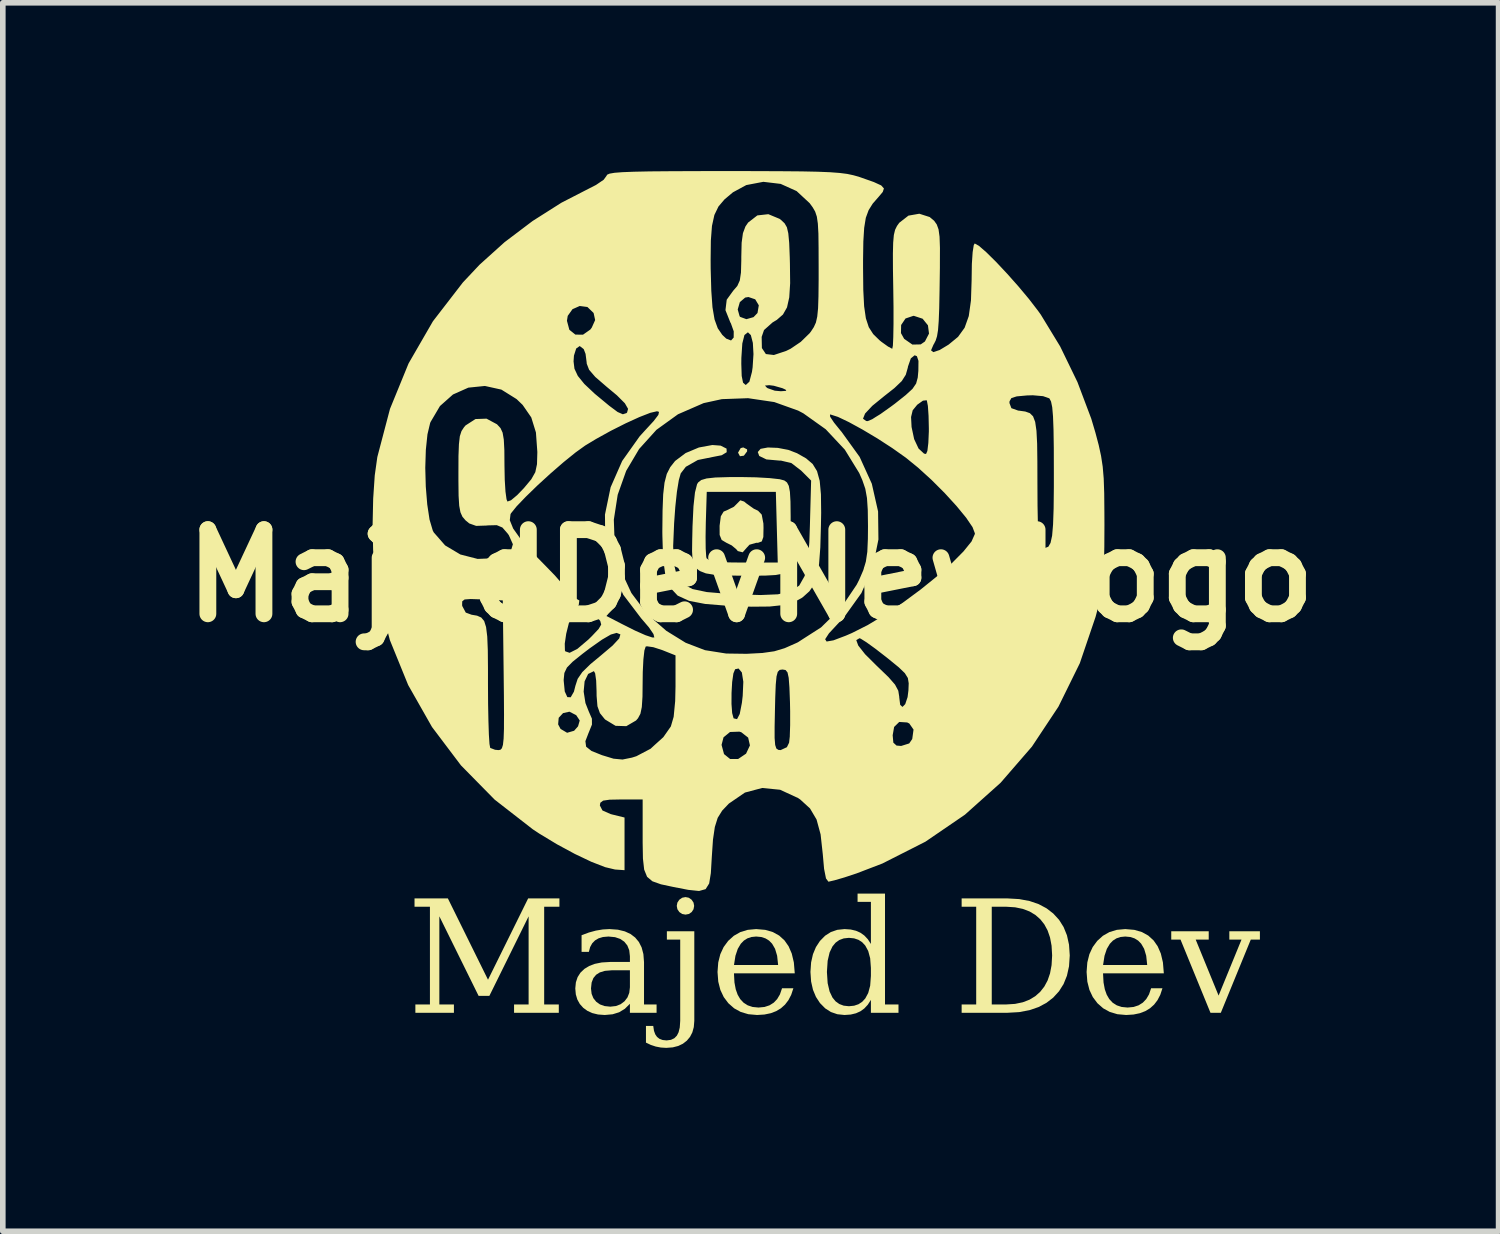
<source format=kicad_pcb>
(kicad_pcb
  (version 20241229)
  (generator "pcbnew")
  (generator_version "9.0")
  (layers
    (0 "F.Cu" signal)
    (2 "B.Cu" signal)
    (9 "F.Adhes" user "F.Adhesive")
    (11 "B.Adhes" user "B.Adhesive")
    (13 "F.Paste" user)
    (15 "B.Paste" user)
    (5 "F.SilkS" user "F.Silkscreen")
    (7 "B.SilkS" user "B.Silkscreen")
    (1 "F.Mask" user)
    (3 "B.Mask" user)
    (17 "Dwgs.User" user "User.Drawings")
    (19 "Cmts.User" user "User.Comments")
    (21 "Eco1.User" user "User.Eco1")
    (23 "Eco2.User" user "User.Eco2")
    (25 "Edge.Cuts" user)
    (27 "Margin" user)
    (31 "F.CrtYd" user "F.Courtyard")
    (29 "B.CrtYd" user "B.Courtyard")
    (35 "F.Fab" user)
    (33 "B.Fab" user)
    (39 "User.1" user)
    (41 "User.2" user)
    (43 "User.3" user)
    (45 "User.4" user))
  (footprint "MajedDevNewLogo"
    (layer "F.Cu")
    (at 10.227 7.509)
    (property "Reference" "MajedDevNewLogo" (at 0.108 -0.293 0) (layer "F.SilkS") (effects (font (size 1.5 1.5) (thickness 0.3))))
    (attr board_only exclude_from_pos_files exclude_from_bom)
    (fp_poly (pts (xy 0.044 -2.547) (xy 0.045 -2.511) (xy -0.013 -2.434) (xy -0.083 -2.424) (xy -0.117 -2.488) (xy -0.07 -2.569) (xy -0.024 -2.581)) (stroke (width 0) (type solid)) (fill yes) (layer "F.SilkS"))
    (fp_poly (pts (xy -0.009 -1.616) (xy 0.039 -1.577) (xy 0.163 -1.489) (xy 0.24 -1.452) (xy 0.305 -1.383) (xy 0.335 -1.224) (xy 0.337 -1.149) (xy 0.334 -0.984) (xy 0.306 -0.905) (xy 0.24 -0.881) (xy 0.206 -0.88) (xy 0.087 -0.846) (xy 0.037 -0.792) (xy -0.034 -0.711) (xy -0.122 -0.733) (xy -0.149 -0.766) (xy -0.23 -0.834) (xy -0.323 -0.88) (xy -0.409 -0.931) (xy -0.445 -1.02) (xy -0.446 -1.184) (xy -0.424 -1.354) (xy -0.374 -1.437) (xy -0.32 -1.459) (xy -0.191 -1.523) (xy -0.139 -1.575) (xy -0.077 -1.638)) (stroke (width 0) (type solid)) (fill yes) (layer "F.SilkS"))
    (fp_poly (pts (xy 0.202 -2.048) (xy 0.446 -2.034) (xy 0.626 -2.014) (xy 0.708 -1.992) (xy 0.756 -1.956) (xy 0.788 -1.895) (xy 0.808 -1.788) (xy 0.818 -1.613) (xy 0.821 -1.35) (xy 0.821 -1.226) (xy 0.816 -0.94) (xy 0.803 -0.689) (xy 0.783 -0.502) (xy 0.761 -0.407) (xy 0.724 -0.358) (xy 0.662 -0.326) (xy 0.553 -0.306) (xy 0.375 -0.296) (xy 0.108 -0.293) (xy 0.011 -0.293) (xy -0.311 -0.297) (xy -0.537 -0.31) (xy -0.69 -0.335) (xy -0.79 -0.374) (xy -0.813 -0.388) (xy -0.87 -0.434) (xy -0.908 -0.491) (xy -0.929 -0.582) (xy -0.937 -0.729) (xy -0.934 -0.955) (xy -0.933 -0.987) (xy -0.696 -0.987) (xy -0.694 -0.777) (xy -0.685 -0.639) (xy -0.679 -0.606) (xy -0.63 -0.568) (xy -0.509 -0.544) (xy -0.299 -0.531) (xy -0.029 -0.528) (xy 0.591 -0.528) (xy 0.574 -1.159) (xy 0.557 -1.789) (xy -0.059 -1.789) (xy -0.675 -1.789) (xy -0.692 -1.236) (xy -0.696 -0.987) (xy -0.933 -0.987) (xy -0.929 -1.171) (xy -0.912 -1.53) (xy -0.885 -1.778) (xy -0.848 -1.924) (xy -0.829 -1.956) (xy -0.773 -2) (xy -0.677 -2.028) (xy -0.52 -2.045) (xy -0.28 -2.052) (xy -0.077 -2.053)) (stroke (width 0) (type solid)) (fill yes) (layer "F.SilkS"))
    (fp_poly (pts (xy -0.428 -2.613) (xy -0.322 -2.56) (xy -0.319 -2.496) (xy -0.408 -2.442) (xy -0.532 -2.418) (xy -0.834 -2.357) (xy -1.048 -2.236) (xy -1.139 -2.118) (xy -1.173 -1.999) (xy -1.207 -1.791) (xy -1.236 -1.52) (xy -1.257 -1.228) (xy -1.274 -0.822) (xy -1.263 -0.518) (xy -1.211 -0.298) (xy -1.105 -0.15) (xy -0.93 -0.056) (xy -0.673 -0.002) (xy -0.32 0.028) (xy -0.131 0.038) (xy 0.282 0.051) (xy 0.594 0.038) (xy 0.819 -0.014) (xy 0.974 -0.118) (xy 1.071 -0.29) (xy 1.126 -0.542) (xy 1.154 -0.888) (xy 1.164 -1.182) (xy 1.186 -1.99) (xy 1.008 -2.168) (xy 0.834 -2.302) (xy 0.649 -2.346) (xy 0.625 -2.346) (xy 0.389 -2.367) (xy 0.261 -2.429) (xy 0.235 -2.499) (xy 0.285 -2.556) (xy 0.415 -2.58) (xy 0.591 -2.573) (xy 0.78 -2.537) (xy 0.934 -2.478) (xy 1.096 -2.386) (xy 1.213 -2.286) (xy 1.291 -2.159) (xy 1.339 -1.985) (xy 1.361 -1.744) (xy 1.365 -1.416) (xy 1.361 -1.19) (xy 1.35 -0.8) (xy 1.328 -0.507) (xy 1.292 -0.292) (xy 1.237 -0.135) (xy 1.155 -0.016) (xy 1.044 0.084) (xy 1.012 0.107) (xy 0.872 0.181) (xy 0.689 0.23) (xy 0.445 0.256) (xy 0.121 0.259) (xy -0.3 0.242) (xy -0.323 0.241) (xy -0.703 0.21) (xy -0.989 0.155) (xy -1.194 0.061) (xy -1.331 -0.086) (xy -1.413 -0.302) (xy -1.454 -0.602) (xy -1.466 -1.002) (xy -1.467 -1.075) (xy -1.463 -1.457) (xy -1.452 -1.743) (xy -1.428 -1.953) (xy -1.388 -2.108) (xy -1.327 -2.228) (xy -1.244 -2.334) (xy -1.235 -2.343) (xy -1.051 -2.481) (xy -0.815 -2.58) (xy -0.575 -2.624)) (stroke (width 0) (type solid)) (fill yes) (layer "F.SilkS"))
    (fp_poly (pts (xy 0.198 -7.508) (xy 0.653 -7.506) (xy 1.017 -7.503) (xy 1.303 -7.497) (xy 1.525 -7.488) (xy 1.696 -7.475) (xy 1.829 -7.458) (xy 1.937 -7.435) (xy 2.034 -7.408) (xy 2.074 -7.394) (xy 2.304 -7.313) (xy 2.435 -7.253) (xy 2.484 -7.199) (xy 2.463 -7.136) (xy 2.388 -7.047) (xy 2.284 -6.928) (xy 2.211 -6.811) (xy 2.161 -6.675) (xy 2.132 -6.496) (xy 2.117 -6.254) (xy 2.112 -5.924) (xy 2.112 -5.779) (xy 2.116 -5.391) (xy 2.131 -5.099) (xy 2.162 -4.884) (xy 2.214 -4.725) (xy 2.293 -4.602) (xy 2.403 -4.494) (xy 2.441 -4.463) (xy 2.557 -4.38) (xy 2.63 -4.341) (xy 2.633 -4.341) (xy 2.644 -4.396) (xy 2.651 -4.551) (xy 2.652 -4.619) (xy 2.788 -4.619) (xy 2.845 -4.517) (xy 2.992 -4.415) (xy 3.14 -4.418) (xy 3.215 -4.47) (xy 3.288 -4.611) (xy 3.269 -4.758) (xy 3.174 -4.876) (xy 3.019 -4.927) (xy 3.008 -4.927) (xy 2.869 -4.88) (xy 2.791 -4.764) (xy 2.788 -4.619) (xy 2.652 -4.619) (xy 2.655 -4.785) (xy 2.655 -5.081) (xy 2.651 -5.384) (xy 2.645 -5.76) (xy 2.644 -6.036) (xy 2.649 -6.233) (xy 2.661 -6.369) (xy 2.683 -6.461) (xy 2.717 -6.53) (xy 2.758 -6.587) (xy 2.921 -6.714) (xy 3.115 -6.748) (xy 3.3 -6.689) (xy 3.379 -6.623) (xy 3.426 -6.557) (xy 3.458 -6.469) (xy 3.476 -6.338) (xy 3.483 -6.139) (xy 3.482 -5.849) (xy 3.482 -5.787) (xy 3.476 -5.375) (xy 3.47 -5.063) (xy 3.461 -4.835) (xy 3.449 -4.675) (xy 3.431 -4.564) (xy 3.407 -4.487) (xy 3.376 -4.426) (xy 3.368 -4.414) (xy 3.324 -4.312) (xy 3.364 -4.28) (xy 3.478 -4.318) (xy 3.637 -4.414) (xy 3.806 -4.553) (xy 3.923 -4.715) (xy 3.997 -4.923) (xy 4.036 -5.201) (xy 4.048 -5.57) (xy 4.048 -5.586) (xy 4.052 -5.854) (xy 4.066 -6.062) (xy 4.086 -6.189) (xy 4.103 -6.218) (xy 4.179 -6.175) (xy 4.312 -6.059) (xy 4.484 -5.889) (xy 4.679 -5.681) (xy 4.88 -5.455) (xy 5.069 -5.229) (xy 5.23 -5.02) (xy 5.281 -4.949) (xy 5.627 -4.381) (xy 5.935 -3.746) (xy 6.181 -3.094) (xy 6.255 -2.845) (xy 6.314 -2.622) (xy 6.356 -2.429) (xy 6.385 -2.239) (xy 6.403 -2.027) (xy 6.412 -1.765) (xy 6.415 -1.427) (xy 6.416 -1.203) (xy 6.414 -0.81) (xy 6.408 -0.507) (xy 6.395 -0.269) (xy 6.372 -0.067) (xy 6.336 0.125) (xy 6.286 0.334) (xy 6.258 0.44) (xy 5.977 1.267) (xy 5.596 2.041) (xy 5.123 2.754) (xy 4.564 3.399) (xy 3.929 3.967) (xy 3.224 4.449) (xy 2.457 4.838) (xy 1.995 5.015) (xy 1.78 5.086) (xy 1.605 5.137) (xy 1.502 5.161) (xy 1.494 5.162) (xy 1.451 5.104) (xy 1.417 4.933) (xy 1.394 4.674) (xy 1.355 4.319) (xy 1.283 4.054) (xy 1.166 3.856) (xy 0.993 3.698) (xy 0.952 3.67) (xy 0.633 3.523) (xy 0.314 3.491) (xy 0.006 3.573) (xy -0.28 3.769) (xy -0.283 3.772) (xy -0.4 3.895) (xy -0.48 4.024) (xy -0.531 4.187) (xy -0.564 4.412) (xy -0.585 4.722) (xy -0.602 5.009) (xy -0.632 5.194) (xy -0.695 5.295) (xy -0.812 5.328) (xy -1.004 5.308) (xy -1.272 5.256) (xy -1.492 5.209) (xy -1.644 5.155) (xy -1.739 5.075) (xy -1.791 4.947) (xy -1.813 4.75) (xy -1.818 4.463) (xy -1.818 4.363) (xy -1.818 3.696) (xy -2.2 3.696) (xy -2.407 3.7) (xy -2.523 3.717) (xy -2.573 3.755) (xy -2.581 3.803) (xy -2.535 3.892) (xy -2.388 3.957) (xy -2.361 3.964) (xy -2.141 4.018) (xy -2.141 4.488) (xy -2.141 4.957) (xy -2.311 4.945) (xy -2.487 4.903) (xy -2.734 4.807) (xy -3.028 4.667) (xy -3.346 4.495) (xy -3.662 4.304) (xy -3.777 4.228) (xy -4.457 3.699) (xy -5.058 3.088) (xy -5.574 2.404) (xy -5.999 1.656) (xy -6.325 0.855) (xy -6.49 0.228) (xy -5.037 0.228) (xy -5.035 0.246) (xy -4.972 0.364) (xy -4.869 0.402) (xy -4.77 0.419) (xy -4.696 0.452) (xy -4.644 0.514) (xy -4.61 0.622) (xy -4.589 0.791) (xy -4.579 1.036) (xy -4.576 1.374) (xy -4.576 1.64) (xy -4.574 1.987) (xy -4.568 2.294) (xy -4.56 2.54) (xy -4.549 2.707) (xy -4.536 2.777) (xy -4.536 2.777) (xy -4.45 2.81) (xy -4.389 2.816) (xy -4.354 2.81) (xy -4.328 2.783) (xy -4.309 2.722) (xy -4.297 2.611) (xy -4.291 2.437) (xy -4.291 2.357) (xy -3.325 2.357) (xy -3.282 2.438) (xy -3.165 2.507) (xy -3.04 2.471) (xy -2.97 2.392) (xy -2.94 2.288) (xy -3.003 2.193) (xy -3.123 2.131) (xy -3.237 2.156) (xy -3.315 2.24) (xy -3.325 2.357) (xy -4.291 2.357) (xy -4.29 2.185) (xy -4.292 1.842) (xy -4.295 1.577) (xy -3.226 1.577) (xy -3.207 1.77) (xy -3.161 1.871) (xy -3.101 1.874) (xy -3.043 1.773) (xy -2.87 1.773) (xy -2.838 1.977) (xy -2.78 2.124) (xy -2.723 2.255) (xy -2.722 2.361) (xy -2.779 2.502) (xy -2.783 2.511) (xy -2.839 2.657) (xy -2.826 2.755) (xy -2.73 2.831) (xy -2.544 2.906) (xy -2.337 2.969) (xy -2.177 2.984) (xy -2.009 2.95) (xy -1.93 2.925) (xy -1.677 2.792) (xy -1.602 2.723) (xy -0.411 2.723) (xy -0.367 2.887) (xy -0.258 2.975) (xy -0.115 2.974) (xy 0.026 2.879) (xy 0.095 2.732) (xy 0.063 2.593) (xy -0.06 2.497) (xy -0.093 2.487) (xy -0.26 2.493) (xy -0.376 2.588) (xy -0.411 2.723) (xy -1.602 2.723) (xy -1.449 2.585) (xy -1.318 2.398) (xy 0.535 2.398) (xy 0.535 2.6) (xy 0.545 2.724) (xy 0.566 2.788) (xy 0.602 2.812) (xy 0.642 2.816) (xy 0.754 2.764) (xy 0.793 2.684) (xy 0.806 2.57) (xy 0.806 2.551) (xy 2.64 2.551) (xy 2.652 2.683) (xy 2.709 2.735) (xy 2.791 2.742) (xy 2.935 2.697) (xy 2.989 2.618) (xy 3.012 2.45) (xy 2.937 2.342) (xy 2.899 2.323) (xy 2.757 2.314) (xy 2.666 2.403) (xy 2.64 2.551) (xy 0.806 2.551) (xy 0.812 2.371) (xy 0.812 2.122) (xy 0.809 1.965) (xy 0.799 1.698) (xy 0.786 1.527) (xy 0.765 1.431) (xy 0.73 1.388) (xy 0.677 1.379) (xy 0.675 1.379) (xy 0.625 1.386) (xy 0.591 1.421) (xy 0.569 1.502) (xy 0.555 1.65) (xy 0.546 1.883) (xy 0.541 2.097) (xy 0.535 2.398) (xy -1.318 2.398) (xy -1.315 2.393) (xy -1.265 2.222) (xy -1.243 1.993) (xy -0.234 1.993) (xy -0.222 2.156) (xy -0.197 2.247) (xy -0.195 2.25) (xy -0.135 2.264) (xy -0.087 2.172) (xy -0.048 1.971) (xy -0.034 1.848) (xy -0.023 1.598) (xy -0.049 1.432) (xy -0.108 1.361) (xy -0.169 1.374) (xy -0.2 1.448) (xy -0.222 1.601) (xy -0.233 1.795) (xy -0.234 1.993) (xy -1.243 1.993) (xy -1.238 1.943) (xy -1.232 1.681) (xy -1.232 1.127) (xy -1.47 1.032) (xy -1.628 0.981) (xy -1.741 0.965) (xy -1.764 0.97) (xy -1.787 1.04) (xy -1.805 1.2) (xy -1.816 1.423) (xy -1.818 1.587) (xy -1.821 1.863) (xy -1.833 2.048) (xy -1.858 2.168) (xy -1.901 2.248) (xy -1.936 2.288) (xy -2.109 2.389) (xy -2.301 2.383) (xy -2.486 2.271) (xy -2.496 2.261) (xy -2.58 2.157) (xy -2.624 2.034) (xy -2.639 1.85) (xy -2.64 1.762) (xy -2.647 1.576) (xy -2.665 1.448) (xy -2.687 1.408) (xy -2.79 1.458) (xy -2.853 1.59) (xy -2.87 1.773) (xy -3.043 1.773) (xy -3.043 1.772) (xy -3.017 1.669) (xy -2.977 1.546) (xy -2.895 1.426) (xy -2.75 1.284) (xy -2.569 1.134) (xy -2.355 0.953) (xy -2.236 0.825) (xy -2.215 0.754) (xy -2.218 0.751) (xy -2.282 0.726) (xy -2.385 0.755) (xy -2.542 0.846) (xy -2.766 1.004) (xy -2.889 1.098) (xy -3.066 1.24) (xy -3.168 1.344) (xy -3.214 1.441) (xy -3.226 1.56) (xy -3.226 1.577) (xy -4.295 1.577) (xy -4.296 1.481) (xy -4.312 0.147) (xy -4.683 0.129) (xy -4.884 0.122) (xy -4.993 0.13) (xy -5.035 0.163) (xy -5.037 0.228) (xy -6.49 0.228) (xy -6.548 0.009) (xy -6.548 0.005) (xy -6.596 -0.337) (xy -6.624 -0.755) (xy -6.633 -1.211) (xy -6.623 -1.667) (xy -6.595 -2.082) (xy -6.576 -2.217) (xy -5.694 -2.217) (xy -5.685 -1.883) (xy -5.659 -1.565) (xy -5.618 -1.294) (xy -5.561 -1.101) (xy -5.543 -1.066) (xy -5.34 -0.834) (xy -5.068 -0.672) (xy -4.76 -0.593) (xy -4.446 -0.606) (xy -4.314 -0.644) (xy -4.168 -0.734) (xy -4.132 -0.855) (xy -4.204 -1.016) (xy -4.224 -1.044) (xy -4.319 -1.153) (xy -4.419 -1.195) (xy -4.576 -1.191) (xy -4.603 -1.188) (xy -4.787 -1.182) (xy -4.91 -1.226) (xy -4.979 -1.283) (xy -4.187 -1.283) (xy -4.127 -1.135) (xy -3.987 -0.938) (xy -3.762 -0.686) (xy -3.551 -0.471) (xy -3.382 -0.297) (xy -3.251 -0.147) (xy -3.177 -0.046) (xy -3.168 -0.02) (xy -3.119 0.053) (xy -3.05 0.088) (xy -2.947 0.148) (xy -2.958 0.23) (xy -3.018 0.291) (xy -3.076 0.385) (xy -3.133 0.549) (xy -3.181 0.741) (xy -3.207 0.918) (xy -3.204 1.039) (xy -3.197 1.055) (xy -3.12 1.081) (xy -2.982 1.011) (xy -2.786 0.845) (xy -2.724 0.784) (xy -2.603 0.656) (xy -2.557 0.577) (xy -2.574 0.513) (xy -2.607 0.474) (xy -2.679 0.383) (xy -2.681 0.345) (xy -2.605 0.362) (xy -2.443 0.435) (xy -2.188 0.567) (xy -2.176 0.573) (xy -1.953 0.685) (xy -1.768 0.767) (xy -1.645 0.808) (xy -1.61 0.807) (xy -1.625 0.747) (xy -1.706 0.628) (xy -1.835 0.477) (xy -1.843 0.468) (xy -2.163 0.047) (xy -2.377 -0.412) (xy -2.486 -0.893) (xy -2.489 -1.292) (xy -2.332 -1.292) (xy -2.316 -0.842) (xy -2.212 -0.401) (xy -2.019 0.015) (xy -1.734 0.394) (xy -1.396 0.689) (xy -1.051 0.902) (xy -0.707 1.034) (xy -0.328 1.094) (xy 0.035 1.099) (xy 0.318 1.084) (xy 0.529 1.054) (xy 0.713 0.999) (xy 0.917 0.909) (xy 0.951 0.893) (xy 1.034 0.839) (xy 1.436 0.839) (xy 1.462 0.88) (xy 1.583 0.859) (xy 1.594 0.855) (xy 1.991 0.855) (xy 2.026 0.951) (xy 2.148 1.106) (xy 2.356 1.313) (xy 2.376 1.332) (xy 2.566 1.515) (xy 2.682 1.648) (xy 2.74 1.757) (xy 2.757 1.863) (xy 2.757 1.873) (xy 2.774 2.009) (xy 2.815 2.046) (xy 2.864 1.996) (xy 2.906 1.871) (xy 2.921 1.751) (xy 2.926 1.625) (xy 2.911 1.531) (xy 2.857 1.444) (xy 2.749 1.34) (xy 2.569 1.193) (xy 2.52 1.154) (xy 2.33 1.007) (xy 2.172 0.893) (xy 2.07 0.829) (xy 2.048 0.821) (xy 1.991 0.855) (xy 1.594 0.855) (xy 1.803 0.776) (xy 1.914 0.728) (xy 2.194 0.587) (xy 2.502 0.402) (xy 2.822 0.187) (xy 3.137 -0.046) (xy 3.433 -0.285) (xy 3.694 -0.516) (xy 3.903 -0.727) (xy 4.046 -0.904) (xy 4.105 -1.036) (xy 4.106 -1.049) (xy 4.064 -1.16) (xy 3.949 -1.329) (xy 3.778 -1.537) (xy 3.567 -1.768) (xy 3.333 -2.002) (xy 3.091 -2.222) (xy 2.872 -2.4) (xy 2.632 -2.57) (xy 2.368 -2.741) (xy 2.103 -2.899) (xy 1.86 -3.032) (xy 1.733 -3.093) (xy 2.111 -3.093) (xy 2.168 -3.052) (xy 2.194 -3.05) (xy 2.275 -3.084) (xy 2.336 -3.123) (xy 2.968 -3.123) (xy 2.977 -2.945) (xy 3.023 -2.729) (xy 3.102 -2.561) (xy 3.199 -2.471) (xy 3.235 -2.464) (xy 3.259 -2.518) (xy 3.276 -2.661) (xy 3.285 -2.865) (xy 3.285 -2.923) (xy 3.28 -3.145) (xy 3.268 -3.32) (xy 3.258 -3.373) (xy 4.722 -3.373) (xy 4.757 -3.281) (xy 4.878 -3.238) (xy 4.898 -3.236) (xy 5.005 -3.221) (xy 5.086 -3.192) (xy 5.143 -3.136) (xy 5.181 -3.036) (xy 5.204 -2.878) (xy 5.216 -2.646) (xy 5.22 -2.325) (xy 5.221 -1.963) (xy 5.223 -1.545) (xy 5.229 -1.232) (xy 5.241 -1.014) (xy 5.259 -0.878) (xy 5.283 -0.813) (xy 5.294 -0.805) (xy 5.363 -0.79) (xy 5.416 -0.811) (xy 5.455 -0.879) (xy 5.483 -1.007) (xy 5.5 -1.207) (xy 5.51 -1.493) (xy 5.514 -1.877) (xy 5.514 -2.141) (xy 5.513 -2.572) (xy 5.508 -2.899) (xy 5.499 -3.136) (xy 5.485 -3.298) (xy 5.464 -3.399) (xy 5.437 -3.451) (xy 5.431 -3.457) (xy 5.322 -3.495) (xy 5.139 -3.511) (xy 5.035 -3.508) (xy 4.851 -3.491) (xy 4.757 -3.461) (xy 4.724 -3.404) (xy 4.722 -3.373) (xy 3.258 -3.373) (xy 3.25 -3.415) (xy 3.245 -3.422) (xy 3.18 -3.415) (xy 3.079 -3.343) (xy 3.077 -3.341) (xy 2.997 -3.243) (xy 2.968 -3.123) (xy 2.336 -3.123) (xy 2.421 -3.175) (xy 2.605 -3.306) (xy 2.678 -3.36) (xy 2.872 -3.514) (xy 2.993 -3.625) (xy 3.058 -3.72) (xy 3.087 -3.826) (xy 3.098 -3.947) (xy 3.1 -4.124) (xy 3.072 -4.208) (xy 3.032 -4.224) (xy 2.964 -4.169) (xy 2.913 -4.023) (xy 2.91 -4.004) (xy 2.874 -3.877) (xy 2.802 -3.764) (xy 2.671 -3.639) (xy 2.492 -3.498) (xy 2.277 -3.323) (xy 2.148 -3.185) (xy 2.111 -3.093) (xy 1.733 -3.093) (xy 1.663 -3.126) (xy 1.535 -3.167) (xy 1.522 -3.168) (xy 1.525 -3.128) (xy 1.594 -3.024) (xy 1.713 -2.877) (xy 1.728 -2.86) (xy 2.051 -2.412) (xy 2.268 -1.934) (xy 2.38 -1.439) (xy 2.386 -0.94) (xy 2.287 -0.451) (xy 2.083 0.015) (xy 1.775 0.445) (xy 1.663 0.563) (xy 1.504 0.734) (xy 1.436 0.839) (xy 1.034 0.839) (xy 1.363 0.628) (xy 1.722 0.277) (xy 1.998 -0.133) (xy 2.043 -0.222) (xy 2.116 -0.391) (xy 2.162 -0.545) (xy 2.188 -0.72) (xy 2.198 -0.95) (xy 2.2 -1.173) (xy 2.196 -1.467) (xy 2.182 -1.678) (xy 2.152 -1.844) (xy 2.099 -1.998) (xy 2.043 -2.125) (xy 1.787 -2.541) (xy 1.446 -2.905) (xy 1.047 -3.189) (xy 0.954 -3.238) (xy 0.529 -3.39) (xy 0.062 -3.459) (xy -0.405 -3.442) (xy -0.731 -3.371) (xy -1.188 -3.172) (xy -1.572 -2.895) (xy -1.881 -2.553) (xy -2.112 -2.163) (xy -2.263 -1.737) (xy -2.332 -1.292) (xy -2.489 -1.292) (xy -2.49 -1.384) (xy -2.389 -1.871) (xy -2.183 -2.34) (xy -1.872 -2.778) (xy -1.783 -2.876) (xy -1.621 -3.052) (xy -1.538 -3.161) (xy -1.526 -3.215) (xy -1.562 -3.226) (xy -1.682 -3.198) (xy -1.877 -3.122) (xy -2.12 -3.011) (xy -2.386 -2.877) (xy -2.648 -2.732) (xy -2.842 -2.615) (xy -3.013 -2.492) (xy -3.226 -2.32) (xy -3.46 -2.117) (xy -3.692 -1.905) (xy -3.901 -1.702) (xy -4.066 -1.53) (xy -4.165 -1.407) (xy -4.174 -1.391) (xy -4.187 -1.283) (xy -4.979 -1.283) (xy -4.979 -1.284) (xy -5.032 -1.346) (xy -5.067 -1.425) (xy -5.089 -1.541) (xy -5.1 -1.72) (xy -5.103 -1.983) (xy -5.103 -2.123) (xy -5.102 -2.428) (xy -5.094 -2.639) (xy -5.078 -2.78) (xy -5.048 -2.873) (xy -5.002 -2.943) (xy -4.976 -2.973) (xy -4.799 -3.087) (xy -4.602 -3.094) (xy -4.416 -2.994) (xy -4.411 -2.989) (xy -4.352 -2.925) (xy -4.315 -2.844) (xy -4.294 -2.721) (xy -4.284 -2.532) (xy -4.282 -2.26) (xy -4.277 -2.004) (xy -4.264 -1.794) (xy -4.245 -1.656) (xy -4.229 -1.616) (xy -4.165 -1.639) (xy -4.054 -1.732) (xy -3.935 -1.856) (xy -3.803 -2.014) (xy -3.732 -2.14) (xy -3.702 -2.282) (xy -3.696 -2.489) (xy -3.696 -2.503) (xy -3.721 -2.848) (xy -3.804 -3.116) (xy -3.958 -3.339) (xy -4.066 -3.443) (xy -4.337 -3.612) (xy -4.631 -3.677) (xy -4.926 -3.647) (xy -5.2 -3.525) (xy -5.432 -3.319) (xy -5.6 -3.034) (xy -5.607 -3.017) (xy -5.655 -2.815) (xy -5.684 -2.538) (xy -5.694 -2.217) (xy -6.576 -2.217) (xy -6.549 -2.41) (xy -6.323 -3.269) (xy -5.993 -4.076) (xy -5.971 -4.115) (xy -3.05 -4.115) (xy -3.034 -3.984) (xy -2.974 -3.856) (xy -2.858 -3.713) (xy -2.671 -3.537) (xy -2.415 -3.325) (xy -2.265 -3.213) (xy -2.171 -3.172) (xy -2.107 -3.193) (xy -2.096 -3.203) (xy -2.078 -3.269) (xy -2.135 -3.368) (xy -2.277 -3.51) (xy -2.468 -3.669) (xy -2.485 -3.684) (xy 0.363 -3.684) (xy 0.395 -3.648) (xy 0.411 -3.637) (xy 0.537 -3.593) (xy 0.645 -3.583) (xy 0.743 -3.59) (xy 0.731 -3.611) (xy 0.675 -3.637) (xy 0.52 -3.681) (xy 0.44 -3.691) (xy 0.363 -3.684) (xy -2.485 -3.684) (xy -2.663 -3.838) (xy -2.773 -3.966) (xy -2.814 -4.072) (xy -0.059 -4.072) (xy -0.052 -3.855) (xy -0.028 -3.736) (xy 0.017 -3.696) (xy 0.023 -3.696) (xy 0.085 -3.753) (xy 0.131 -3.927) (xy 0.143 -4.01) (xy 0.158 -4.245) (xy 0.147 -4.445) (xy 0.111 -4.584) (xy 0.059 -4.634) (xy -0.003 -4.585) (xy -0.041 -4.435) (xy -0.058 -4.177) (xy -0.059 -4.072) (xy -2.814 -4.072) (xy -2.815 -4.075) (xy -2.817 -4.101) (xy -2.836 -4.249) (xy -2.869 -4.334) (xy -2.94 -4.389) (xy -3.003 -4.345) (xy -3.043 -4.219) (xy -3.05 -4.115) (xy -5.971 -4.115) (xy -5.559 -4.828) (xy -5.551 -4.839) (xy -3.168 -4.839) (xy -3.125 -4.679) (xy -3.018 -4.593) (xy -2.882 -4.591) (xy -2.751 -4.683) (xy -2.725 -4.718) (xy -2.665 -4.852) (xy -2.691 -4.972) (xy -2.696 -4.982) (xy -2.803 -5.085) (xy -2.94 -5.103) (xy -3.069 -5.046) (xy -3.154 -4.927) (xy -3.168 -4.839) (xy -5.551 -4.839) (xy -5.024 -5.522) (xy -4.726 -5.839) (xy -4.635 -5.921) (xy -0.606 -5.921) (xy -0.605 -5.767) (xy -0.594 -5.374) (xy -0.573 -5.08) (xy -0.536 -4.863) (xy -0.479 -4.706) (xy -0.398 -4.588) (xy -0.327 -4.521) (xy -0.242 -4.488) (xy -0.195 -4.54) (xy -0.194 -4.651) (xy -0.244 -4.792) (xy -0.255 -4.811) (xy -0.341 -5.027) (xy -0.34 -5.041) (xy -0.123 -5.041) (xy -0.089 -4.92) (xy -0.078 -4.908) (xy 0.032 -4.868) (xy 0.159 -4.904) (xy 0.23 -4.978) (xy 0.253 -5.115) (xy 0.189 -5.222) (xy 0.068 -5.263) (xy 0.01 -5.253) (xy -0.085 -5.172) (xy -0.123 -5.041) (xy -0.34 -5.041) (xy -0.319 -5.215) (xy -0.205 -5.373) (xy -0.13 -5.46) (xy -0.086 -5.558) (xy -0.065 -5.699) (xy -0.059 -5.916) (xy -0.059 -5.978) (xy -0.053 -6.231) (xy -0.03 -6.401) (xy 0.015 -6.521) (xy 0.063 -6.591) (xy 0.227 -6.718) (xy 0.423 -6.74) (xy 0.623 -6.657) (xy 0.653 -6.634) (xy 0.713 -6.577) (xy 0.754 -6.506) (xy 0.779 -6.398) (xy 0.795 -6.228) (xy 0.805 -5.972) (xy 0.808 -5.857) (xy 0.812 -5.509) (xy 0.796 -5.257) (xy 0.756 -5.078) (xy 0.684 -4.951) (xy 0.574 -4.855) (xy 0.499 -4.81) (xy 0.346 -4.674) (xy 0.304 -4.552) (xy 0.308 -4.353) (xy 0.379 -4.246) (xy 0.522 -4.229) (xy 0.739 -4.301) (xy 0.819 -4.34) (xy 1.001 -4.463) (xy 1.16 -4.618) (xy 1.183 -4.648) (xy 1.234 -4.726) (xy 1.271 -4.807) (xy 1.295 -4.913) (xy 1.31 -5.063) (xy 1.317 -5.278) (xy 1.32 -5.579) (xy 1.32 -5.783) (xy 1.319 -6.135) (xy 1.316 -6.391) (xy 1.306 -6.571) (xy 1.288 -6.696) (xy 1.258 -6.786) (xy 1.214 -6.862) (xy 1.16 -6.936) (xy 0.927 -7.152) (xy 0.643 -7.28) (xy 0.334 -7.317) (xy 0.03 -7.259) (xy -0.208 -7.13) (xy -0.358 -7.004) (xy -0.466 -6.877) (xy -0.539 -6.726) (xy -0.582 -6.531) (xy -0.602 -6.27) (xy -0.606 -5.921) (xy -4.635 -5.921) (xy -4.281 -6.24) (xy -3.781 -6.618) (xy -3.267 -6.944) (xy -2.853 -7.157) (xy -2.65 -7.261) (xy -2.513 -7.354) (xy -2.464 -7.421) (xy -2.451 -7.444) (xy -2.407 -7.463) (xy -2.32 -7.478) (xy -2.179 -7.489) (xy -1.974 -7.497) (xy -1.693 -7.503) (xy -1.326 -7.506) (xy -0.863 -7.508) (xy -0.361 -7.509)) (stroke (width 0) (type solid)) (fill yes) (layer "F.SilkS"))
    (fp_text user "Majed Dev" (at -6.025 7.84 0) (unlocked yes) (layer "F.SilkS") (effects (font (face "Cambria") (size 2 2) (thickness 0.1)) (justify left bottom))))
  (gr_rect
    (start -3 -3)
    (end 23.671 18.904)
    (stroke (width 0.1) (type default))
    (fill no)
    (layer "Edge.Cuts")))
</source>
